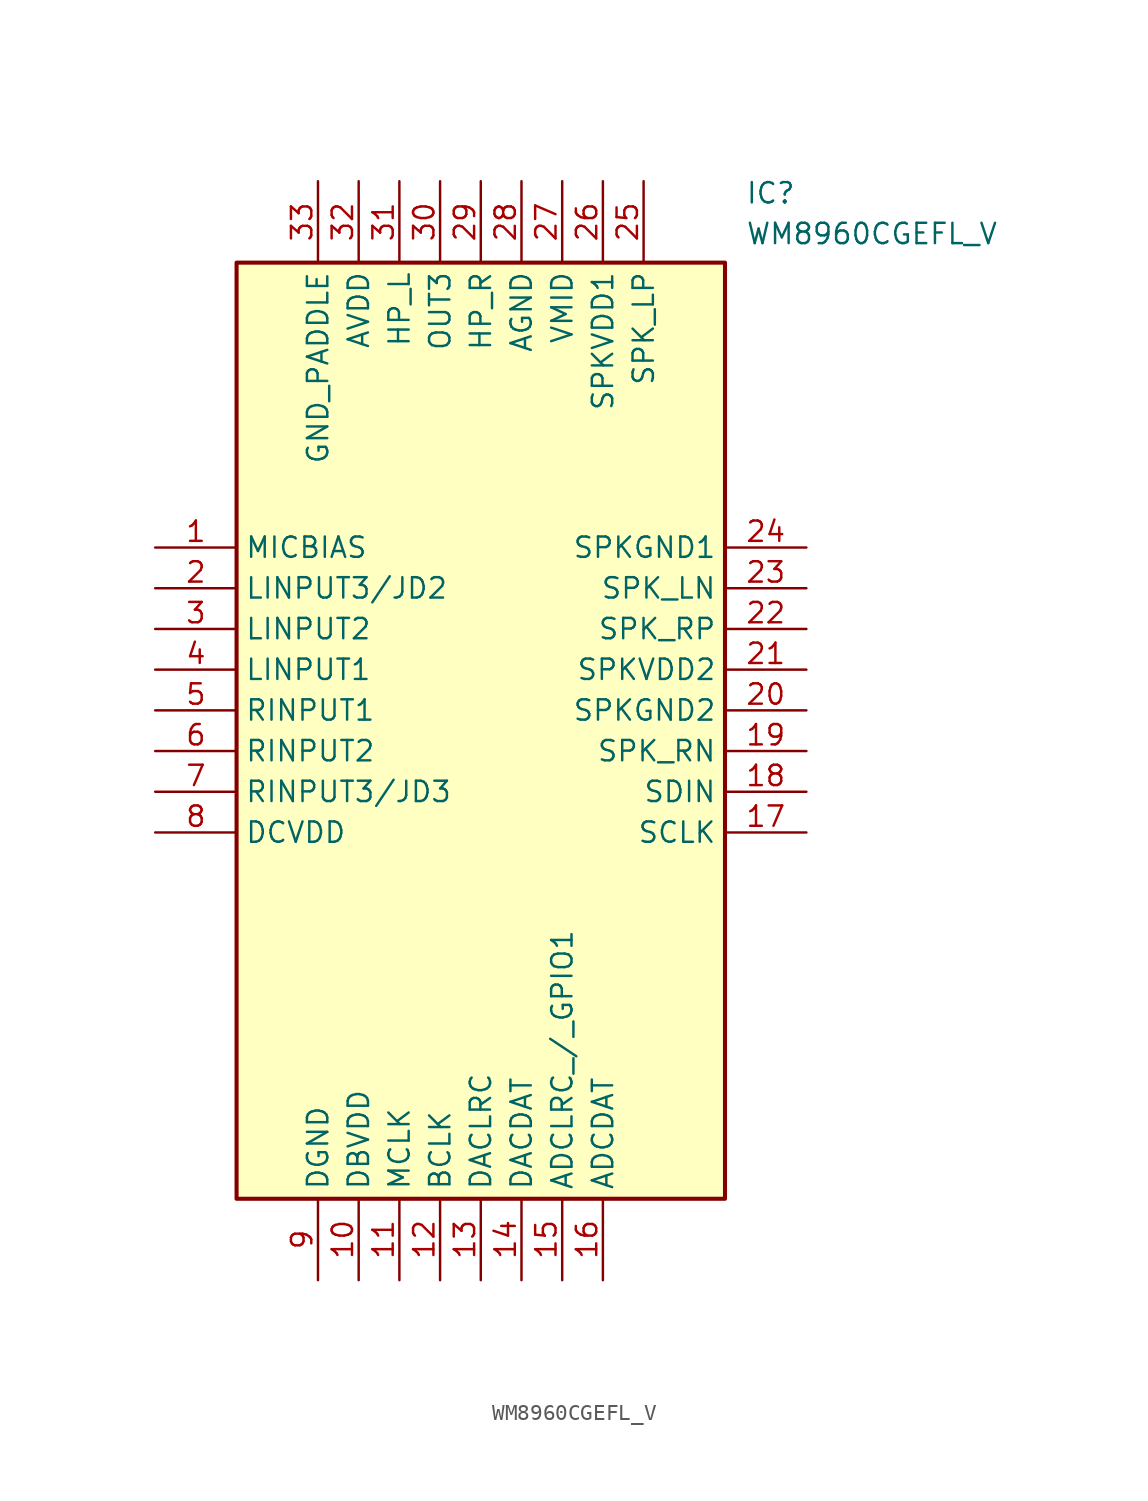
<source format=kicad_sym>
(kicad_symbol_lib
  (version 20211014)
  (generator SamacSys_ECAD_Model)
  (symbol "WM8960CGEFL_V"
    (property "Reference" "IC"
      (at 36.83 22.86 0)
      (effects (font (size 1.27 1.27)) (justify left top)))
    (property "Value" "WM8960CGEFL_V"
      (at 36.83 20.32 0)
      (effects (font (size 1.27 1.27)) (justify left top)))
    (rectangle
      (start 5.08 17.78)
      (end 35.56 -40.64)
      (stroke (width 0.254) (type default))
      (fill (type background)))
    (pin passive line
      (at 0 0 0)
      (length 5.08)
      (name "MICBIAS" (effects (font (size 1.27 1.27))))
      (number "1" (effects (font (size 1.27 1.27)))))
    (pin passive line
      (at 0 -2.54 0)
      (length 5.08)
      (name "LINPUT3/JD2" (effects (font (size 1.27 1.27))))
      (number "2" (effects (font (size 1.27 1.27)))))
    (pin passive line
      (at 0 -5.08 0)
      (length 5.08)
      (name "LINPUT2" (effects (font (size 1.27 1.27))))
      (number "3" (effects (font (size 1.27 1.27)))))
    (pin passive line
      (at 0 -7.62 0)
      (length 5.08)
      (name "LINPUT1" (effects (font (size 1.27 1.27))))
      (number "4" (effects (font (size 1.27 1.27)))))
    (pin passive line
      (at 0 -10.16 0)
      (length 5.08)
      (name "RINPUT1" (effects (font (size 1.27 1.27))))
      (number "5" (effects (font (size 1.27 1.27)))))
    (pin passive line
      (at 0 -12.7 0)
      (length 5.08)
      (name "RINPUT2" (effects (font (size 1.27 1.27))))
      (number "6" (effects (font (size 1.27 1.27)))))
    (pin passive line
      (at 0 -15.24 0)
      (length 5.08)
      (name "RINPUT3/JD3" (effects (font (size 1.27 1.27))))
      (number "7" (effects (font (size 1.27 1.27)))))
    (pin passive line
      (at 0 -17.78 0)
      (length 5.08)
      (name "DCVDD" (effects (font (size 1.27 1.27))))
      (number "8" (effects (font (size 1.27 1.27)))))
    (pin passive line
      (at 10.16 -45.72 90)
      (length 5.08)
      (name "DGND" (effects (font (size 1.27 1.27))))
      (number "9" (effects (font (size 1.27 1.27)))))
    (pin passive line
      (at 12.7 -45.72 90)
      (length 5.08)
      (name "DBVDD" (effects (font (size 1.27 1.27))))
      (number "10" (effects (font (size 1.27 1.27)))))
    (pin passive line
      (at 15.24 -45.72 90)
      (length 5.08)
      (name "MCLK" (effects (font (size 1.27 1.27))))
      (number "11" (effects (font (size 1.27 1.27)))))
    (pin passive line
      (at 17.78 -45.72 90)
      (length 5.08)
      (name "BCLK" (effects (font (size 1.27 1.27))))
      (number "12" (effects (font (size 1.27 1.27)))))
    (pin passive line
      (at 20.32 -45.72 90)
      (length 5.08)
      (name "DACLRC" (effects (font (size 1.27 1.27))))
      (number "13" (effects (font (size 1.27 1.27)))))
    (pin passive line
      (at 22.86 -45.72 90)
      (length 5.08)
      (name "DACDAT" (effects (font (size 1.27 1.27))))
      (number "14" (effects (font (size 1.27 1.27)))))
    (pin passive line
      (at 25.4 -45.72 90)
      (length 5.08)
      (name "ADCLRC_/_GPIO1" (effects (font (size 1.27 1.27))))
      (number "15" (effects (font (size 1.27 1.27)))))
    (pin passive line
      (at 27.94 -45.72 90)
      (length 5.08)
      (name "ADCDAT" (effects (font (size 1.27 1.27))))
      (number "16" (effects (font (size 1.27 1.27)))))
    (pin passive line
      (at 40.64 0 180)
      (length 5.08)
      (name "SPKGND1" (effects (font (size 1.27 1.27))))
      (number "24" (effects (font (size 1.27 1.27)))))
    (pin passive line
      (at 40.64 -2.54 180)
      (length 5.08)
      (name "SPK_LN" (effects (font (size 1.27 1.27))))
      (number "23" (effects (font (size 1.27 1.27)))))
    (pin passive line
      (at 40.64 -5.08 180)
      (length 5.08)
      (name "SPK_RP" (effects (font (size 1.27 1.27))))
      (number "22" (effects (font (size 1.27 1.27)))))
    (pin passive line
      (at 40.64 -7.62 180)
      (length 5.08)
      (name "SPKVDD2" (effects (font (size 1.27 1.27))))
      (number "21" (effects (font (size 1.27 1.27)))))
    (pin passive line
      (at 40.64 -10.16 180)
      (length 5.08)
      (name "SPKGND2" (effects (font (size 1.27 1.27))))
      (number "20" (effects (font (size 1.27 1.27)))))
    (pin passive line
      (at 40.64 -12.7 180)
      (length 5.08)
      (name "SPK_RN" (effects (font (size 1.27 1.27))))
      (number "19" (effects (font (size 1.27 1.27)))))
    (pin passive line
      (at 40.64 -15.24 180)
      (length 5.08)
      (name "SDIN" (effects (font (size 1.27 1.27))))
      (number "18" (effects (font (size 1.27 1.27)))))
    (pin passive line
      (at 40.64 -17.78 180)
      (length 5.08)
      (name "SCLK" (effects (font (size 1.27 1.27))))
      (number "17" (effects (font (size 1.27 1.27)))))
    (pin passive line
      (at 10.16 22.86 270)
      (length 5.08)
      (name "GND_PADDLE" (effects (font (size 1.27 1.27))))
      (number "33" (effects (font (size 1.27 1.27)))))
    (pin passive line
      (at 12.7 22.86 270)
      (length 5.08)
      (name "AVDD" (effects (font (size 1.27 1.27))))
      (number "32" (effects (font (size 1.27 1.27)))))
    (pin passive line
      (at 15.24 22.86 270)
      (length 5.08)
      (name "HP_L" (effects (font (size 1.27 1.27))))
      (number "31" (effects (font (size 1.27 1.27)))))
    (pin passive line
      (at 17.78 22.86 270)
      (length 5.08)
      (name "OUT3" (effects (font (size 1.27 1.27))))
      (number "30" (effects (font (size 1.27 1.27)))))
    (pin passive line
      (at 20.32 22.86 270)
      (length 5.08)
      (name "HP_R" (effects (font (size 1.27 1.27))))
      (number "29" (effects (font (size 1.27 1.27)))))
    (pin passive line
      (at 22.86 22.86 270)
      (length 5.08)
      (name "AGND" (effects (font (size 1.27 1.27))))
      (number "28" (effects (font (size 1.27 1.27)))))
    (pin passive line
      (at 25.4 22.86 270)
      (length 5.08)
      (name "VMID" (effects (font (size 1.27 1.27))))
      (number "27" (effects (font (size 1.27 1.27)))))
    (pin passive line
      (at 27.94 22.86 270)
      (length 5.08)
      (name "SPKVDD1" (effects (font (size 1.27 1.27))))
      (number "26" (effects (font (size 1.27 1.27)))))
    (pin passive line
      (at 30.48 22.86 270)
      (length 5.08)
      (name "SPK_LP" (effects (font (size 1.27 1.27))))
      (number "25" (effects (font (size 1.27 1.27)))))))
</source>
